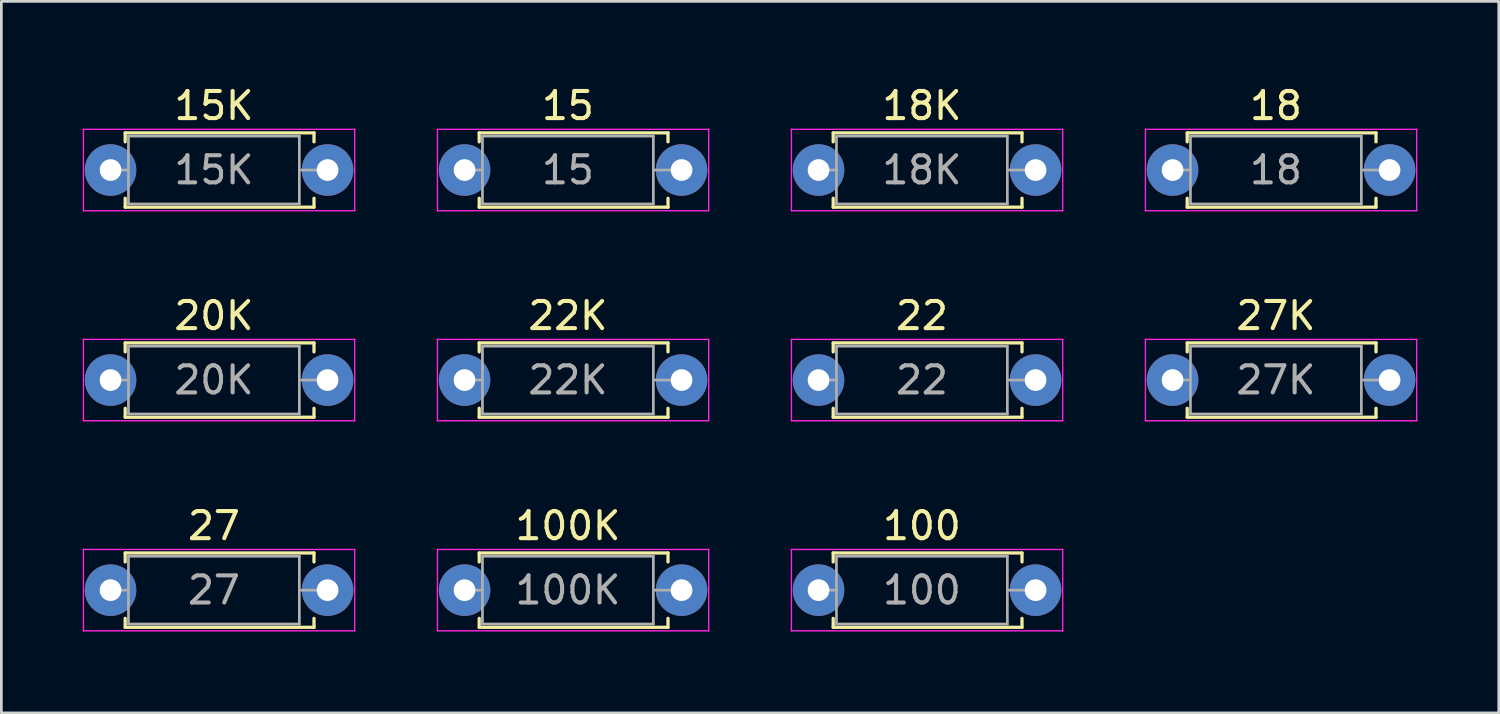
<source format=kicad_pcb>
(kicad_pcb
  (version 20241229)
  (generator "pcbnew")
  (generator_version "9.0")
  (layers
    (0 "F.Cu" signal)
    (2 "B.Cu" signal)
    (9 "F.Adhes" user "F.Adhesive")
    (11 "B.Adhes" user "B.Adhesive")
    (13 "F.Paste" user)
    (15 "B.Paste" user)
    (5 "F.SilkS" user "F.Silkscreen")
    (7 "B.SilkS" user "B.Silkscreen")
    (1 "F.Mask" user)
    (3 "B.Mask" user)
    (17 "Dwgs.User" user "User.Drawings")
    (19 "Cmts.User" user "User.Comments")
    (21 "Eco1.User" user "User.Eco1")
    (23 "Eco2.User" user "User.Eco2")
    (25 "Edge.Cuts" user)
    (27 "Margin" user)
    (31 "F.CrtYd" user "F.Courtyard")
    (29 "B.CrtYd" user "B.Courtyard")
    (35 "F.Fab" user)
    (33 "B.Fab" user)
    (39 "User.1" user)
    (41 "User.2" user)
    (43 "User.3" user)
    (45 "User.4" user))
  (footprint "100"
    (layer "F.Cu")
    (at 27.125 18.705)
    (property "Reference" "100" (at 3.81 -2.37 0) (layer "F.SilkS") (effects (font (size 1 1) (thickness 0.15))))
    (attr through_hole)
    (fp_line (start 0.54 -1.37) (end 7.5 -1.37) (stroke (width 0.12) (type solid)) (layer "F.SilkS"))
    (fp_line (start 0.54 -1.04) (end 0.54 -1.37) (stroke (width 0.12) (type solid)) (layer "F.SilkS"))
    (fp_line (start 0.54 1.04) (end 0.54 1.37) (stroke (width 0.12) (type solid)) (layer "F.SilkS"))
    (fp_line (start 0.54 1.37) (end 7.5 1.37) (stroke (width 0.12) (type solid)) (layer "F.SilkS"))
    (fp_line (start 7.5 -1.37) (end 7.5 -1.04) (stroke (width 0.12) (type solid)) (layer "F.SilkS"))
    (fp_line (start 7.5 1.37) (end 7.5 1.04) (stroke (width 0.12) (type solid)) (layer "F.SilkS"))
    (fp_line (start -1 -1.5) (end -1 1.5) (stroke (width 0.05) (type solid)) (layer "F.CrtYd"))
    (fp_line (start -1 1.5) (end 9 1.5) (stroke (width 0.05) (type solid)) (layer "F.CrtYd"))
    (fp_line (start 9 -1.5) (end -1 -1.5) (stroke (width 0.05) (type solid)) (layer "F.CrtYd"))
    (fp_line (start 9 1.5) (end 9 -1.5) (stroke (width 0.05) (type solid)) (layer "F.CrtYd"))
    (fp_line (start 0 0) (end 0.66 0) (stroke (width 0.1) (type solid)) (layer "F.Fab"))
    (fp_line (start 0.66 -1.25) (end 0.66 1.25) (stroke (width 0.1) (type solid)) (layer "F.Fab"))
    (fp_line (start 0.66 1.25) (end 6.96 1.25) (stroke (width 0.1) (type solid)) (layer "F.Fab"))
    (fp_line (start 6.96 -1.25) (end 0.66 -1.25) (stroke (width 0.1) (type solid)) (layer "F.Fab"))
    (fp_line (start 6.96 1.25) (end 6.96 -1.25) (stroke (width 0.1) (type solid)) (layer "F.Fab"))
    (fp_line (start 7.62 0) (end 6.96 0) (stroke (width 0.1) (type solid)) (layer "F.Fab"))
    (fp_text user "${REFERENCE}" (at 3.81 0 0) (layer "F.Fab") (effects (font (size 1 1) (thickness 0.15))))
    (pad "1" thru_hole circle (at 0 0) (size 1.9 1.9) (drill 0.8) (layers "*.Cu" "*.Mask"))
    (pad "2" thru_hole oval (at 8 0) (size 1.9 1.9) (drill 0.8) (layers "*.Cu" "*.Mask")))
  (footprint "27K"
    (layer "F.Cu")
    (at 40.175 10.961)
    (property "Reference" "27K" (at 3.81 -2.37 0) (layer "F.SilkS") (effects (font (size 1 1) (thickness 0.15))))
    (attr through_hole)
    (fp_line (start 0.54 -1.37) (end 7.5 -1.37) (stroke (width 0.12) (type solid)) (layer "F.SilkS"))
    (fp_line (start 0.54 -1.04) (end 0.54 -1.37) (stroke (width 0.12) (type solid)) (layer "F.SilkS"))
    (fp_line (start 0.54 1.04) (end 0.54 1.37) (stroke (width 0.12) (type solid)) (layer "F.SilkS"))
    (fp_line (start 0.54 1.37) (end 7.5 1.37) (stroke (width 0.12) (type solid)) (layer "F.SilkS"))
    (fp_line (start 7.5 -1.37) (end 7.5 -1.04) (stroke (width 0.12) (type solid)) (layer "F.SilkS"))
    (fp_line (start 7.5 1.37) (end 7.5 1.04) (stroke (width 0.12) (type solid)) (layer "F.SilkS"))
    (fp_line (start -1 -1.5) (end -1 1.5) (stroke (width 0.05) (type solid)) (layer "F.CrtYd"))
    (fp_line (start -1 1.5) (end 9 1.5) (stroke (width 0.05) (type solid)) (layer "F.CrtYd"))
    (fp_line (start 9 -1.5) (end -1 -1.5) (stroke (width 0.05) (type solid)) (layer "F.CrtYd"))
    (fp_line (start 9 1.5) (end 9 -1.5) (stroke (width 0.05) (type solid)) (layer "F.CrtYd"))
    (fp_line (start 0 0) (end 0.66 0) (stroke (width 0.1) (type solid)) (layer "F.Fab"))
    (fp_line (start 0.66 -1.25) (end 0.66 1.25) (stroke (width 0.1) (type solid)) (layer "F.Fab"))
    (fp_line (start 0.66 1.25) (end 6.96 1.25) (stroke (width 0.1) (type solid)) (layer "F.Fab"))
    (fp_line (start 6.96 -1.25) (end 0.66 -1.25) (stroke (width 0.1) (type solid)) (layer "F.Fab"))
    (fp_line (start 6.96 1.25) (end 6.96 -1.25) (stroke (width 0.1) (type solid)) (layer "F.Fab"))
    (fp_line (start 7.62 0) (end 6.96 0) (stroke (width 0.1) (type solid)) (layer "F.Fab"))
    (fp_text user "${REFERENCE}" (at 3.81 0 0) (layer "F.Fab") (effects (font (size 1 1) (thickness 0.15))))
    (pad "1" thru_hole circle (at 0 0) (size 1.9 1.9) (drill 0.8) (layers "*.Cu" "*.Mask"))
    (pad "2" thru_hole oval (at 8 0) (size 1.9 1.9) (drill 0.8) (layers "*.Cu" "*.Mask")))
  (footprint "15K"
    (layer "F.Cu")
    (at 1.025 3.218)
    (property "Reference" "15K" (at 3.81 -2.37 0) (layer "F.SilkS") (effects (font (size 1 1) (thickness 0.15))))
    (attr through_hole)
    (fp_line (start 0.54 -1.37) (end 7.5 -1.37) (stroke (width 0.12) (type solid)) (layer "F.SilkS"))
    (fp_line (start 0.54 -1.04) (end 0.54 -1.37) (stroke (width 0.12) (type solid)) (layer "F.SilkS"))
    (fp_line (start 0.54 1.04) (end 0.54 1.37) (stroke (width 0.12) (type solid)) (layer "F.SilkS"))
    (fp_line (start 0.54 1.37) (end 7.5 1.37) (stroke (width 0.12) (type solid)) (layer "F.SilkS"))
    (fp_line (start 7.5 -1.37) (end 7.5 -1.04) (stroke (width 0.12) (type solid)) (layer "F.SilkS"))
    (fp_line (start 7.5 1.37) (end 7.5 1.04) (stroke (width 0.12) (type solid)) (layer "F.SilkS"))
    (fp_line (start -1 -1.5) (end -1 1.5) (stroke (width 0.05) (type solid)) (layer "F.CrtYd"))
    (fp_line (start -1 1.5) (end 9 1.5) (stroke (width 0.05) (type solid)) (layer "F.CrtYd"))
    (fp_line (start 9 -1.5) (end -1 -1.5) (stroke (width 0.05) (type solid)) (layer "F.CrtYd"))
    (fp_line (start 9 1.5) (end 9 -1.5) (stroke (width 0.05) (type solid)) (layer "F.CrtYd"))
    (fp_line (start 0 0) (end 0.66 0) (stroke (width 0.1) (type solid)) (layer "F.Fab"))
    (fp_line (start 0.66 -1.25) (end 0.66 1.25) (stroke (width 0.1) (type solid)) (layer "F.Fab"))
    (fp_line (start 0.66 1.25) (end 6.96 1.25) (stroke (width 0.1) (type solid)) (layer "F.Fab"))
    (fp_line (start 6.96 -1.25) (end 0.66 -1.25) (stroke (width 0.1) (type solid)) (layer "F.Fab"))
    (fp_line (start 6.96 1.25) (end 6.96 -1.25) (stroke (width 0.1) (type solid)) (layer "F.Fab"))
    (fp_line (start 7.62 0) (end 6.96 0) (stroke (width 0.1) (type solid)) (layer "F.Fab"))
    (fp_text user "${REFERENCE}" (at 3.81 0 0) (layer "F.Fab") (effects (font (size 1 1) (thickness 0.15))))
    (pad "1" thru_hole circle (at 0 0) (size 1.9 1.9) (drill 0.8) (layers "*.Cu" "*.Mask"))
    (pad "2" thru_hole oval (at 8 0) (size 1.9 1.9) (drill 0.8) (layers "*.Cu" "*.Mask")))
  (footprint "27"
    (layer "F.Cu")
    (at 1.025 18.705)
    (property "Reference" "27" (at 3.81 -2.37 0) (layer "F.SilkS") (effects (font (size 1 1) (thickness 0.15))))
    (attr through_hole)
    (fp_line (start 0.54 -1.37) (end 7.5 -1.37) (stroke (width 0.12) (type solid)) (layer "F.SilkS"))
    (fp_line (start 0.54 -1.04) (end 0.54 -1.37) (stroke (width 0.12) (type solid)) (layer "F.SilkS"))
    (fp_line (start 0.54 1.04) (end 0.54 1.37) (stroke (width 0.12) (type solid)) (layer "F.SilkS"))
    (fp_line (start 0.54 1.37) (end 7.5 1.37) (stroke (width 0.12) (type solid)) (layer "F.SilkS"))
    (fp_line (start 7.5 -1.37) (end 7.5 -1.04) (stroke (width 0.12) (type solid)) (layer "F.SilkS"))
    (fp_line (start 7.5 1.37) (end 7.5 1.04) (stroke (width 0.12) (type solid)) (layer "F.SilkS"))
    (fp_line (start -1 -1.5) (end -1 1.5) (stroke (width 0.05) (type solid)) (layer "F.CrtYd"))
    (fp_line (start -1 1.5) (end 9 1.5) (stroke (width 0.05) (type solid)) (layer "F.CrtYd"))
    (fp_line (start 9 -1.5) (end -1 -1.5) (stroke (width 0.05) (type solid)) (layer "F.CrtYd"))
    (fp_line (start 9 1.5) (end 9 -1.5) (stroke (width 0.05) (type solid)) (layer "F.CrtYd"))
    (fp_line (start 0 0) (end 0.66 0) (stroke (width 0.1) (type solid)) (layer "F.Fab"))
    (fp_line (start 0.66 -1.25) (end 0.66 1.25) (stroke (width 0.1) (type solid)) (layer "F.Fab"))
    (fp_line (start 0.66 1.25) (end 6.96 1.25) (stroke (width 0.1) (type solid)) (layer "F.Fab"))
    (fp_line (start 6.96 -1.25) (end 0.66 -1.25) (stroke (width 0.1) (type solid)) (layer "F.Fab"))
    (fp_line (start 6.96 1.25) (end 6.96 -1.25) (stroke (width 0.1) (type solid)) (layer "F.Fab"))
    (fp_line (start 7.62 0) (end 6.96 0) (stroke (width 0.1) (type solid)) (layer "F.Fab"))
    (fp_text user "${REFERENCE}" (at 3.81 0 0) (layer "F.Fab") (effects (font (size 1 1) (thickness 0.15))))
    (pad "1" thru_hole circle (at 0 0) (size 1.9 1.9) (drill 0.8) (layers "*.Cu" "*.Mask"))
    (pad "2" thru_hole oval (at 8 0) (size 1.9 1.9) (drill 0.8) (layers "*.Cu" "*.Mask")))
  (footprint "18K"
    (layer "F.Cu")
    (at 27.125 3.218)
    (property "Reference" "18K" (at 3.81 -2.37 0) (layer "F.SilkS") (effects (font (size 1 1) (thickness 0.15))))
    (attr through_hole)
    (fp_line (start 0.54 -1.37) (end 7.5 -1.37) (stroke (width 0.12) (type solid)) (layer "F.SilkS"))
    (fp_line (start 0.54 -1.04) (end 0.54 -1.37) (stroke (width 0.12) (type solid)) (layer "F.SilkS"))
    (fp_line (start 0.54 1.04) (end 0.54 1.37) (stroke (width 0.12) (type solid)) (layer "F.SilkS"))
    (fp_line (start 0.54 1.37) (end 7.5 1.37) (stroke (width 0.12) (type solid)) (layer "F.SilkS"))
    (fp_line (start 7.5 -1.37) (end 7.5 -1.04) (stroke (width 0.12) (type solid)) (layer "F.SilkS"))
    (fp_line (start 7.5 1.37) (end 7.5 1.04) (stroke (width 0.12) (type solid)) (layer "F.SilkS"))
    (fp_line (start -1 -1.5) (end -1 1.5) (stroke (width 0.05) (type solid)) (layer "F.CrtYd"))
    (fp_line (start -1 1.5) (end 9 1.5) (stroke (width 0.05) (type solid)) (layer "F.CrtYd"))
    (fp_line (start 9 -1.5) (end -1 -1.5) (stroke (width 0.05) (type solid)) (layer "F.CrtYd"))
    (fp_line (start 9 1.5) (end 9 -1.5) (stroke (width 0.05) (type solid)) (layer "F.CrtYd"))
    (fp_line (start 0 0) (end 0.66 0) (stroke (width 0.1) (type solid)) (layer "F.Fab"))
    (fp_line (start 0.66 -1.25) (end 0.66 1.25) (stroke (width 0.1) (type solid)) (layer "F.Fab"))
    (fp_line (start 0.66 1.25) (end 6.96 1.25) (stroke (width 0.1) (type solid)) (layer "F.Fab"))
    (fp_line (start 6.96 -1.25) (end 0.66 -1.25) (stroke (width 0.1) (type solid)) (layer "F.Fab"))
    (fp_line (start 6.96 1.25) (end 6.96 -1.25) (stroke (width 0.1) (type solid)) (layer "F.Fab"))
    (fp_line (start 7.62 0) (end 6.96 0) (stroke (width 0.1) (type solid)) (layer "F.Fab"))
    (fp_text user "${REFERENCE}" (at 3.81 0 0) (layer "F.Fab") (effects (font (size 1 1) (thickness 0.15))))
    (pad "1" thru_hole circle (at 0 0) (size 1.9 1.9) (drill 0.8) (layers "*.Cu" "*.Mask"))
    (pad "2" thru_hole oval (at 8 0) (size 1.9 1.9) (drill 0.8) (layers "*.Cu" "*.Mask")))
  (footprint "22"
    (layer "F.Cu")
    (at 27.125 10.961)
    (property "Reference" "22" (at 3.81 -2.37 0) (layer "F.SilkS") (effects (font (size 1 1) (thickness 0.15))))
    (attr through_hole)
    (fp_line (start 0.54 -1.37) (end 7.5 -1.37) (stroke (width 0.12) (type solid)) (layer "F.SilkS"))
    (fp_line (start 0.54 -1.04) (end 0.54 -1.37) (stroke (width 0.12) (type solid)) (layer "F.SilkS"))
    (fp_line (start 0.54 1.04) (end 0.54 1.37) (stroke (width 0.12) (type solid)) (layer "F.SilkS"))
    (fp_line (start 0.54 1.37) (end 7.5 1.37) (stroke (width 0.12) (type solid)) (layer "F.SilkS"))
    (fp_line (start 7.5 -1.37) (end 7.5 -1.04) (stroke (width 0.12) (type solid)) (layer "F.SilkS"))
    (fp_line (start 7.5 1.37) (end 7.5 1.04) (stroke (width 0.12) (type solid)) (layer "F.SilkS"))
    (fp_line (start -1 -1.5) (end -1 1.5) (stroke (width 0.05) (type solid)) (layer "F.CrtYd"))
    (fp_line (start -1 1.5) (end 9 1.5) (stroke (width 0.05) (type solid)) (layer "F.CrtYd"))
    (fp_line (start 9 -1.5) (end -1 -1.5) (stroke (width 0.05) (type solid)) (layer "F.CrtYd"))
    (fp_line (start 9 1.5) (end 9 -1.5) (stroke (width 0.05) (type solid)) (layer "F.CrtYd"))
    (fp_line (start 0 0) (end 0.66 0) (stroke (width 0.1) (type solid)) (layer "F.Fab"))
    (fp_line (start 0.66 -1.25) (end 0.66 1.25) (stroke (width 0.1) (type solid)) (layer "F.Fab"))
    (fp_line (start 0.66 1.25) (end 6.96 1.25) (stroke (width 0.1) (type solid)) (layer "F.Fab"))
    (fp_line (start 6.96 -1.25) (end 0.66 -1.25) (stroke (width 0.1) (type solid)) (layer "F.Fab"))
    (fp_line (start 6.96 1.25) (end 6.96 -1.25) (stroke (width 0.1) (type solid)) (layer "F.Fab"))
    (fp_line (start 7.62 0) (end 6.96 0) (stroke (width 0.1) (type solid)) (layer "F.Fab"))
    (fp_text user "${REFERENCE}" (at 3.81 0 0) (layer "F.Fab") (effects (font (size 1 1) (thickness 0.15))))
    (pad "1" thru_hole circle (at 0 0) (size 1.9 1.9) (drill 0.8) (layers "*.Cu" "*.Mask"))
    (pad "2" thru_hole oval (at 8 0) (size 1.9 1.9) (drill 0.8) (layers "*.Cu" "*.Mask")))
  (footprint "20K"
    (layer "F.Cu")
    (at 1.025 10.961)
    (property "Reference" "20K" (at 3.81 -2.37 0) (layer "F.SilkS") (effects (font (size 1 1) (thickness 0.15))))
    (attr through_hole)
    (fp_line (start 0.54 -1.37) (end 7.5 -1.37) (stroke (width 0.12) (type solid)) (layer "F.SilkS"))
    (fp_line (start 0.54 -1.04) (end 0.54 -1.37) (stroke (width 0.12) (type solid)) (layer "F.SilkS"))
    (fp_line (start 0.54 1.04) (end 0.54 1.37) (stroke (width 0.12) (type solid)) (layer "F.SilkS"))
    (fp_line (start 0.54 1.37) (end 7.5 1.37) (stroke (width 0.12) (type solid)) (layer "F.SilkS"))
    (fp_line (start 7.5 -1.37) (end 7.5 -1.04) (stroke (width 0.12) (type solid)) (layer "F.SilkS"))
    (fp_line (start 7.5 1.37) (end 7.5 1.04) (stroke (width 0.12) (type solid)) (layer "F.SilkS"))
    (fp_line (start -1 -1.5) (end -1 1.5) (stroke (width 0.05) (type solid)) (layer "F.CrtYd"))
    (fp_line (start -1 1.5) (end 9 1.5) (stroke (width 0.05) (type solid)) (layer "F.CrtYd"))
    (fp_line (start 9 -1.5) (end -1 -1.5) (stroke (width 0.05) (type solid)) (layer "F.CrtYd"))
    (fp_line (start 9 1.5) (end 9 -1.5) (stroke (width 0.05) (type solid)) (layer "F.CrtYd"))
    (fp_line (start 0 0) (end 0.66 0) (stroke (width 0.1) (type solid)) (layer "F.Fab"))
    (fp_line (start 0.66 -1.25) (end 0.66 1.25) (stroke (width 0.1) (type solid)) (layer "F.Fab"))
    (fp_line (start 0.66 1.25) (end 6.96 1.25) (stroke (width 0.1) (type solid)) (layer "F.Fab"))
    (fp_line (start 6.96 -1.25) (end 0.66 -1.25) (stroke (width 0.1) (type solid)) (layer "F.Fab"))
    (fp_line (start 6.96 1.25) (end 6.96 -1.25) (stroke (width 0.1) (type solid)) (layer "F.Fab"))
    (fp_line (start 7.62 0) (end 6.96 0) (stroke (width 0.1) (type solid)) (layer "F.Fab"))
    (fp_text user "${REFERENCE}" (at 3.81 0 0) (layer "F.Fab") (effects (font (size 1 1) (thickness 0.15))))
    (pad "1" thru_hole circle (at 0 0) (size 1.9 1.9) (drill 0.8) (layers "*.Cu" "*.Mask"))
    (pad "2" thru_hole oval (at 8 0) (size 1.9 1.9) (drill 0.8) (layers "*.Cu" "*.Mask")))
  (footprint "100K"
    (layer "F.Cu")
    (at 14.075 18.705)
    (property "Reference" "100K" (at 3.81 -2.37 0) (layer "F.SilkS") (effects (font (size 1 1) (thickness 0.15))))
    (attr through_hole)
    (fp_line (start 0.54 -1.37) (end 7.5 -1.37) (stroke (width 0.12) (type solid)) (layer "F.SilkS"))
    (fp_line (start 0.54 -1.04) (end 0.54 -1.37) (stroke (width 0.12) (type solid)) (layer "F.SilkS"))
    (fp_line (start 0.54 1.04) (end 0.54 1.37) (stroke (width 0.12) (type solid)) (layer "F.SilkS"))
    (fp_line (start 0.54 1.37) (end 7.5 1.37) (stroke (width 0.12) (type solid)) (layer "F.SilkS"))
    (fp_line (start 7.5 -1.37) (end 7.5 -1.04) (stroke (width 0.12) (type solid)) (layer "F.SilkS"))
    (fp_line (start 7.5 1.37) (end 7.5 1.04) (stroke (width 0.12) (type solid)) (layer "F.SilkS"))
    (fp_line (start -1 -1.5) (end -1 1.5) (stroke (width 0.05) (type solid)) (layer "F.CrtYd"))
    (fp_line (start -1 1.5) (end 9 1.5) (stroke (width 0.05) (type solid)) (layer "F.CrtYd"))
    (fp_line (start 9 -1.5) (end -1 -1.5) (stroke (width 0.05) (type solid)) (layer "F.CrtYd"))
    (fp_line (start 9 1.5) (end 9 -1.5) (stroke (width 0.05) (type solid)) (layer "F.CrtYd"))
    (fp_line (start 0 0) (end 0.66 0) (stroke (width 0.1) (type solid)) (layer "F.Fab"))
    (fp_line (start 0.66 -1.25) (end 0.66 1.25) (stroke (width 0.1) (type solid)) (layer "F.Fab"))
    (fp_line (start 0.66 1.25) (end 6.96 1.25) (stroke (width 0.1) (type solid)) (layer "F.Fab"))
    (fp_line (start 6.96 -1.25) (end 0.66 -1.25) (stroke (width 0.1) (type solid)) (layer "F.Fab"))
    (fp_line (start 6.96 1.25) (end 6.96 -1.25) (stroke (width 0.1) (type solid)) (layer "F.Fab"))
    (fp_line (start 7.62 0) (end 6.96 0) (stroke (width 0.1) (type solid)) (layer "F.Fab"))
    (fp_text user "${REFERENCE}" (at 3.81 0 0) (layer "F.Fab") (effects (font (size 1 1) (thickness 0.15))))
    (pad "1" thru_hole circle (at 0 0) (size 1.9 1.9) (drill 0.8) (layers "*.Cu" "*.Mask"))
    (pad "2" thru_hole oval (at 8 0) (size 1.9 1.9) (drill 0.8) (layers "*.Cu" "*.Mask")))
  (footprint "15"
    (layer "F.Cu")
    (at 14.075 3.218)
    (property "Reference" "15" (at 3.81 -2.37 0) (layer "F.SilkS") (effects (font (size 1 1) (thickness 0.15))))
    (attr through_hole)
    (fp_line (start 0.54 -1.37) (end 7.5 -1.37) (stroke (width 0.12) (type solid)) (layer "F.SilkS"))
    (fp_line (start 0.54 -1.04) (end 0.54 -1.37) (stroke (width 0.12) (type solid)) (layer "F.SilkS"))
    (fp_line (start 0.54 1.04) (end 0.54 1.37) (stroke (width 0.12) (type solid)) (layer "F.SilkS"))
    (fp_line (start 0.54 1.37) (end 7.5 1.37) (stroke (width 0.12) (type solid)) (layer "F.SilkS"))
    (fp_line (start 7.5 -1.37) (end 7.5 -1.04) (stroke (width 0.12) (type solid)) (layer "F.SilkS"))
    (fp_line (start 7.5 1.37) (end 7.5 1.04) (stroke (width 0.12) (type solid)) (layer "F.SilkS"))
    (fp_line (start -1 -1.5) (end -1 1.5) (stroke (width 0.05) (type solid)) (layer "F.CrtYd"))
    (fp_line (start -1 1.5) (end 9 1.5) (stroke (width 0.05) (type solid)) (layer "F.CrtYd"))
    (fp_line (start 9 -1.5) (end -1 -1.5) (stroke (width 0.05) (type solid)) (layer "F.CrtYd"))
    (fp_line (start 9 1.5) (end 9 -1.5) (stroke (width 0.05) (type solid)) (layer "F.CrtYd"))
    (fp_line (start 0 0) (end 0.66 0) (stroke (width 0.1) (type solid)) (layer "F.Fab"))
    (fp_line (start 0.66 -1.25) (end 0.66 1.25) (stroke (width 0.1) (type solid)) (layer "F.Fab"))
    (fp_line (start 0.66 1.25) (end 6.96 1.25) (stroke (width 0.1) (type solid)) (layer "F.Fab"))
    (fp_line (start 6.96 -1.25) (end 0.66 -1.25) (stroke (width 0.1) (type solid)) (layer "F.Fab"))
    (fp_line (start 6.96 1.25) (end 6.96 -1.25) (stroke (width 0.1) (type solid)) (layer "F.Fab"))
    (fp_line (start 7.62 0) (end 6.96 0) (stroke (width 0.1) (type solid)) (layer "F.Fab"))
    (fp_text user "${REFERENCE}" (at 3.81 0 0) (layer "F.Fab") (effects (font (size 1 1) (thickness 0.15))))
    (pad "1" thru_hole circle (at 0 0) (size 1.9 1.9) (drill 0.8) (layers "*.Cu" "*.Mask"))
    (pad "2" thru_hole oval (at 8 0) (size 1.9 1.9) (drill 0.8) (layers "*.Cu" "*.Mask")))
  (footprint "18"
    (layer "F.Cu")
    (at 40.175 3.218)
    (property "Reference" "18" (at 3.81 -2.37 0) (layer "F.SilkS") (effects (font (size 1 1) (thickness 0.15))))
    (attr through_hole)
    (fp_line (start 0.54 -1.37) (end 7.5 -1.37) (stroke (width 0.12) (type solid)) (layer "F.SilkS"))
    (fp_line (start 0.54 -1.04) (end 0.54 -1.37) (stroke (width 0.12) (type solid)) (layer "F.SilkS"))
    (fp_line (start 0.54 1.04) (end 0.54 1.37) (stroke (width 0.12) (type solid)) (layer "F.SilkS"))
    (fp_line (start 0.54 1.37) (end 7.5 1.37) (stroke (width 0.12) (type solid)) (layer "F.SilkS"))
    (fp_line (start 7.5 -1.37) (end 7.5 -1.04) (stroke (width 0.12) (type solid)) (layer "F.SilkS"))
    (fp_line (start 7.5 1.37) (end 7.5 1.04) (stroke (width 0.12) (type solid)) (layer "F.SilkS"))
    (fp_line (start -1 -1.5) (end -1 1.5) (stroke (width 0.05) (type solid)) (layer "F.CrtYd"))
    (fp_line (start -1 1.5) (end 9 1.5) (stroke (width 0.05) (type solid)) (layer "F.CrtYd"))
    (fp_line (start 9 -1.5) (end -1 -1.5) (stroke (width 0.05) (type solid)) (layer "F.CrtYd"))
    (fp_line (start 9 1.5) (end 9 -1.5) (stroke (width 0.05) (type solid)) (layer "F.CrtYd"))
    (fp_line (start 0 0) (end 0.66 0) (stroke (width 0.1) (type solid)) (layer "F.Fab"))
    (fp_line (start 0.66 -1.25) (end 0.66 1.25) (stroke (width 0.1) (type solid)) (layer "F.Fab"))
    (fp_line (start 0.66 1.25) (end 6.96 1.25) (stroke (width 0.1) (type solid)) (layer "F.Fab"))
    (fp_line (start 6.96 -1.25) (end 0.66 -1.25) (stroke (width 0.1) (type solid)) (layer "F.Fab"))
    (fp_line (start 6.96 1.25) (end 6.96 -1.25) (stroke (width 0.1) (type solid)) (layer "F.Fab"))
    (fp_line (start 7.62 0) (end 6.96 0) (stroke (width 0.1) (type solid)) (layer "F.Fab"))
    (fp_text user "${REFERENCE}" (at 3.81 0 0) (layer "F.Fab") (effects (font (size 1 1) (thickness 0.15))))
    (pad "1" thru_hole circle (at 0 0) (size 1.9 1.9) (drill 0.8) (layers "*.Cu" "*.Mask"))
    (pad "2" thru_hole oval (at 8 0) (size 1.9 1.9) (drill 0.8) (layers "*.Cu" "*.Mask")))
  (footprint "22K"
    (layer "F.Cu")
    (at 14.075 10.961)
    (property "Reference" "22K" (at 3.81 -2.37 0) (layer "F.SilkS") (effects (font (size 1 1) (thickness 0.15))))
    (attr through_hole)
    (fp_line (start 0.54 -1.37) (end 7.5 -1.37) (stroke (width 0.12) (type solid)) (layer "F.SilkS"))
    (fp_line (start 0.54 -1.04) (end 0.54 -1.37) (stroke (width 0.12) (type solid)) (layer "F.SilkS"))
    (fp_line (start 0.54 1.04) (end 0.54 1.37) (stroke (width 0.12) (type solid)) (layer "F.SilkS"))
    (fp_line (start 0.54 1.37) (end 7.5 1.37) (stroke (width 0.12) (type solid)) (layer "F.SilkS"))
    (fp_line (start 7.5 -1.37) (end 7.5 -1.04) (stroke (width 0.12) (type solid)) (layer "F.SilkS"))
    (fp_line (start 7.5 1.37) (end 7.5 1.04) (stroke (width 0.12) (type solid)) (layer "F.SilkS"))
    (fp_line (start -1 -1.5) (end -1 1.5) (stroke (width 0.05) (type solid)) (layer "F.CrtYd"))
    (fp_line (start -1 1.5) (end 9 1.5) (stroke (width 0.05) (type solid)) (layer "F.CrtYd"))
    (fp_line (start 9 -1.5) (end -1 -1.5) (stroke (width 0.05) (type solid)) (layer "F.CrtYd"))
    (fp_line (start 9 1.5) (end 9 -1.5) (stroke (width 0.05) (type solid)) (layer "F.CrtYd"))
    (fp_line (start 0 0) (end 0.66 0) (stroke (width 0.1) (type solid)) (layer "F.Fab"))
    (fp_line (start 0.66 -1.25) (end 0.66 1.25) (stroke (width 0.1) (type solid)) (layer "F.Fab"))
    (fp_line (start 0.66 1.25) (end 6.96 1.25) (stroke (width 0.1) (type solid)) (layer "F.Fab"))
    (fp_line (start 6.96 -1.25) (end 0.66 -1.25) (stroke (width 0.1) (type solid)) (layer "F.Fab"))
    (fp_line (start 6.96 1.25) (end 6.96 -1.25) (stroke (width 0.1) (type solid)) (layer "F.Fab"))
    (fp_line (start 7.62 0) (end 6.96 0) (stroke (width 0.1) (type solid)) (layer "F.Fab"))
    (fp_text user "${REFERENCE}" (at 3.81 0 0) (layer "F.Fab") (effects (font (size 1 1) (thickness 0.15))))
    (pad "1" thru_hole circle (at 0 0) (size 1.9 1.9) (drill 0.8) (layers "*.Cu" "*.Mask"))
    (pad "2" thru_hole oval (at 8 0) (size 1.9 1.9) (drill 0.8) (layers "*.Cu" "*.Mask")))
  (gr_rect
    (start -3 -3)
    (end 52.2 23.23)
    (stroke (width 0.1) (type default))
    (fill no)
    (layer "Edge.Cuts")))
</source>
